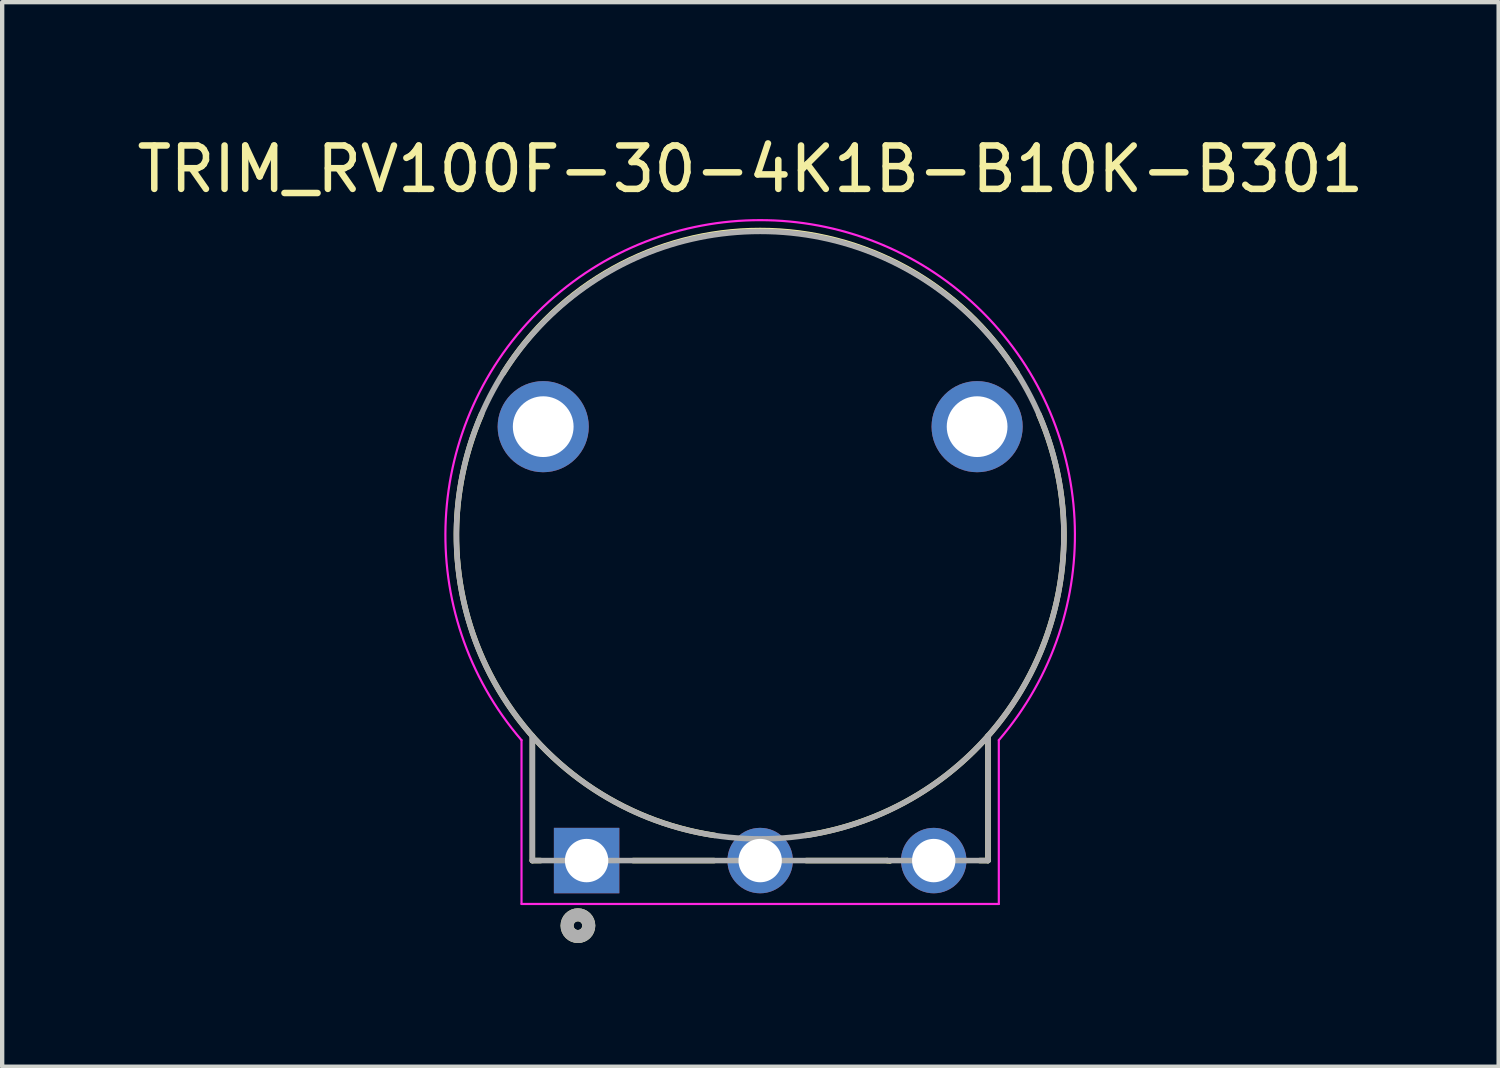
<source format=kicad_pcb>
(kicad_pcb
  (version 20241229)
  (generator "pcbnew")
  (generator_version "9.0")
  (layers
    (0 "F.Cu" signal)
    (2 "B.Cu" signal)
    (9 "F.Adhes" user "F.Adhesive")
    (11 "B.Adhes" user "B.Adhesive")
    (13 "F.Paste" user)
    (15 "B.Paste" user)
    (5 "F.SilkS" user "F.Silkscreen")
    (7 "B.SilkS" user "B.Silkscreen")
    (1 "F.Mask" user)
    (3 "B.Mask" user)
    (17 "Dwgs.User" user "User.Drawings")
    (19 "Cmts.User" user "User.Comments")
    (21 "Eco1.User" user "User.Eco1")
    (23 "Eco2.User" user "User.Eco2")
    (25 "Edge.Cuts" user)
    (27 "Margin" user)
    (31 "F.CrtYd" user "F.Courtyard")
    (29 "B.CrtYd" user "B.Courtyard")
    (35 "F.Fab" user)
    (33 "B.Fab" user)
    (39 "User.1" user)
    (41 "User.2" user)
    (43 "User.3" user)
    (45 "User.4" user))
  (footprint "TRIM_RV100F-30-4K1B-B10K-B301"
    (layer "F.Cu")
    (at 14.469 9.283)
    (property "Reference" "TRIM_RV100F-30-4K1B-B10K-B301" (at -0.225 -8.435 0) (layer "F.SilkS") (effects (font (size 1 1) (thickness 0.15))))
    (attr through_hole)
    (fp_line (start -5.25 4.63) (end -5.25 7.5) (stroke (width 0.127) (type solid)) (layer "F.SilkS"))
    (fp_line (start -5.25 7.5) (end -5.06 7.5) (stroke (width 0.127) (type solid)) (layer "F.SilkS"))
    (fp_line (start -2.93 7.5) (end -1.06 7.5) (stroke (width 0.127) (type solid)) (layer "F.SilkS"))
    (fp_line (start 1.06 7.5) (end 2.93 7.5) (stroke (width 0.127) (type solid)) (layer "F.SilkS"))
    (fp_line (start 2.93 7.5) (end 2.99 7.51) (stroke (width 0.127) (type solid)) (layer "F.SilkS"))
    (fp_line (start 5.06 7.5) (end 5.25 7.5) (stroke (width 0.127) (type solid)) (layer "F.SilkS"))
    (fp_line (start 5.25 7.5) (end 5.25 4.63) (stroke (width 0.127) (type solid)) (layer "F.SilkS"))
    (fp_arc (start -5.925 -3.73) (mid 0 -7.020671) (end 5.925 -3.73) (stroke (width 0.127) (type solid)) (layer "F.SilkS"))
    (fp_arc (start -1.05 6.92) (mid -6.126509 3.387596) (end -6.42 -2.79) (stroke (width 0.127) (type solid)) (layer "F.SilkS"))
    (fp_arc (start 6.42 -2.79) (mid 6.126509 3.387596) (end 1.05 6.92) (stroke (width 0.127) (type solid)) (layer "F.SilkS"))
    (fp_circle (center -4.2 9) (end -4.1 9) (stroke (width 0.3) (type solid)) (fill no) (layer "F.SilkS"))
    (fp_line (start -5.5 4.725) (end -5.5 8.5) (stroke (width 0.05) (type solid)) (layer "F.CrtYd"))
    (fp_line (start -5.5 8.5) (end 5.5 8.5) (stroke (width 0.05) (type solid)) (layer "F.CrtYd"))
    (fp_line (start 5.5 8.5) (end 5.5 4.725) (stroke (width 0.05) (type solid)) (layer "F.CrtYd"))
    (fp_arc (start -5.5 4.725) (mid 0 -7.259156) (end 5.5 4.725) (stroke (width 0.05) (type solid)) (layer "F.CrtYd"))
    (fp_line (start -5.25 4.63) (end -5.25 7.5) (stroke (width 0.127) (type solid)) (layer "F.Fab"))
    (fp_line (start -5.25 7.5) (end 5.25 7.5) (stroke (width 0.127) (type solid)) (layer "F.Fab"))
    (fp_line (start 5.25 7.5) (end 5.25 4.63) (stroke (width 0.127) (type solid)) (layer "F.Fab"))
    (fp_circle (center -4.2 9) (end -4.1 9) (stroke (width 0.3) (type solid)) (fill no) (layer "F.Fab"))
    (fp_circle (center 0 0) (end 7 0) (stroke (width 0.127) (type solid)) (fill no) (layer "F.Fab"))
    (pad "1" thru_hole rect (at -4 7.5) (size 1.508 1.508) (drill 1) (layers "*.Cu" "*.Mask"))
    (pad "2" thru_hole circle (at 0 7.5) (size 1.508 1.508) (drill 1) (layers "*.Cu" "*.Mask"))
    (pad "3" thru_hole circle (at 4 7.5) (size 1.508 1.508) (drill 1) (layers "*.Cu" "*.Mask"))
    (pad "S1" thru_hole circle (at -5 -2.5) (size 2.1 2.1) (drill 1.4) (layers "*.Cu" "*.Mask"))
    (pad "S2" thru_hole circle (at 5 -2.5) (size 2.1 2.1) (drill 1.4) (layers "*.Cu" "*.Mask")))
  (gr_rect
    (start -3 -3)
    (end 31.488 21.533)
    (stroke (width 0.1) (type default))
    (fill no)
    (layer "Edge.Cuts")))
</source>
